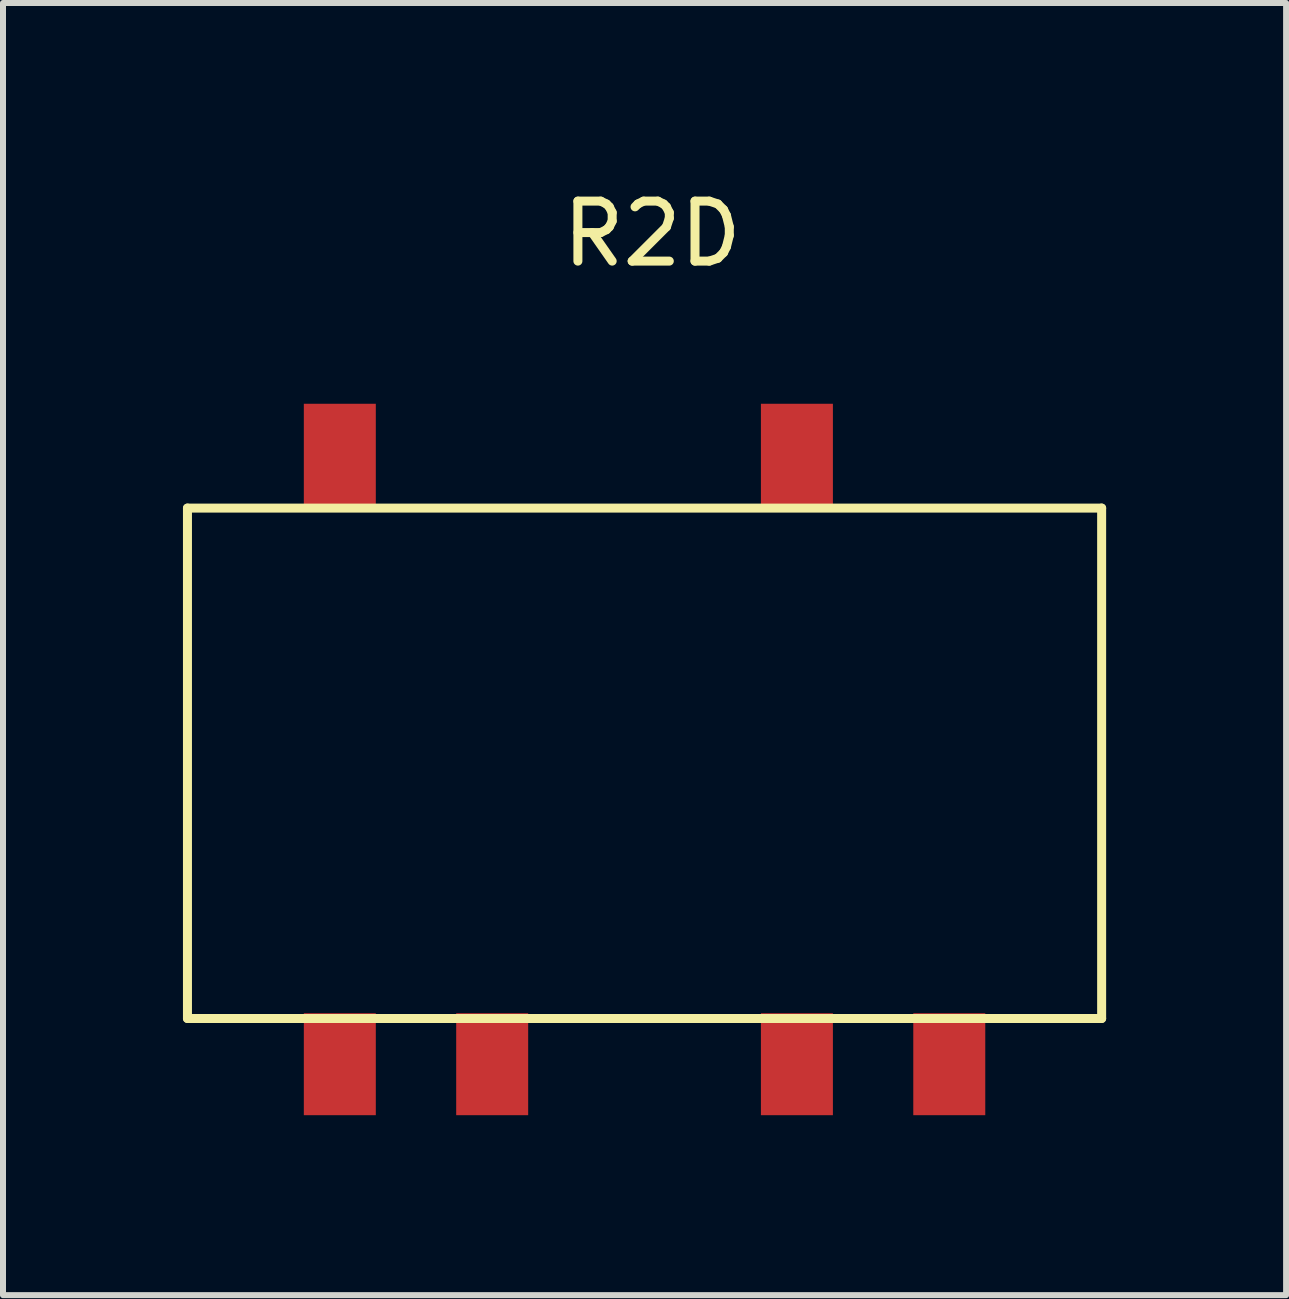
<source format=kicad_pcb>
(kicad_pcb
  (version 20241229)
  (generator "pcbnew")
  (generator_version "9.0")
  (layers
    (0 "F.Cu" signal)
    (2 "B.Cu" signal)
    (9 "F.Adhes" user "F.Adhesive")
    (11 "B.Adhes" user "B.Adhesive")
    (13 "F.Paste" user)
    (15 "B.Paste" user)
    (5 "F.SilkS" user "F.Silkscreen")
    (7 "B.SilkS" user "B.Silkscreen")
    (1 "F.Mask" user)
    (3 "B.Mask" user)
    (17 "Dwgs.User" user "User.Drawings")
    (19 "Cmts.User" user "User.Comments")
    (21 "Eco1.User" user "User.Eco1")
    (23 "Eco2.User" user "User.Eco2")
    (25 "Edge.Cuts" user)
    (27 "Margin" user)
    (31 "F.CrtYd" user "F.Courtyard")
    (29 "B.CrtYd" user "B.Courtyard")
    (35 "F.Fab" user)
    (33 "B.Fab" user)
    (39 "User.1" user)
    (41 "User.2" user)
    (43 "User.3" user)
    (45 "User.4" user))
  (footprint "R2D"
    (layer "F.Cu")
    (at 7.695 9.738)
    (property "Reference" "R2D" (at 0.127 -8.89 0) (layer "F.SilkS") (effects (font (size 1 1) (thickness 0.15))))
    (attr through_hole)
    (fp_line (start -7.62 -4.318) (end -7.62 4.191) (stroke (width 0.15) (type solid)) (layer "F.SilkS"))
    (fp_line (start -7.62 4.191) (end 7.62 4.191) (stroke (width 0.15) (type solid)) (layer "F.SilkS"))
    (fp_line (start 7.62 -4.318) (end -7.62 -4.318) (stroke (width 0.15) (type solid)) (layer "F.SilkS"))
    (fp_line (start 7.62 4.191) (end 7.62 -4.318) (stroke (width 0.15) (type solid)) (layer "F.SilkS"))
    (pad "1" smd rect (at -5.08 4.953) (size 1.2 1.7) (layers "F.Cu" "F.Mask" "F.Paste"))
    (pad "2" smd rect (at -5.08 -5.207) (size 1.2 1.7) (layers "F.Cu" "F.Mask" "F.Paste"))
    (pad "3" smd rect (at -2.54 4.953) (size 1.2 1.7) (layers "F.Cu" "F.Mask" "F.Paste"))
    (pad "4" smd rect (at 2.54 4.953) (size 1.2 1.7) (layers "F.Cu" "F.Mask" "F.Paste"))
    (pad "5" smd rect (at 5.08 4.953) (size 1.2 1.7) (layers "F.Cu" "F.Mask" "F.Paste"))
    (pad "6" smd rect (at 2.54 -5.207) (size 1.2 1.7) (layers "F.Cu" "F.Mask" "F.Paste")))
  (gr_rect
    (start -3 -3)
    (end 18.39 18.541)
    (stroke (width 0.1) (type default))
    (fill no)
    (layer "Edge.Cuts")))
</source>
